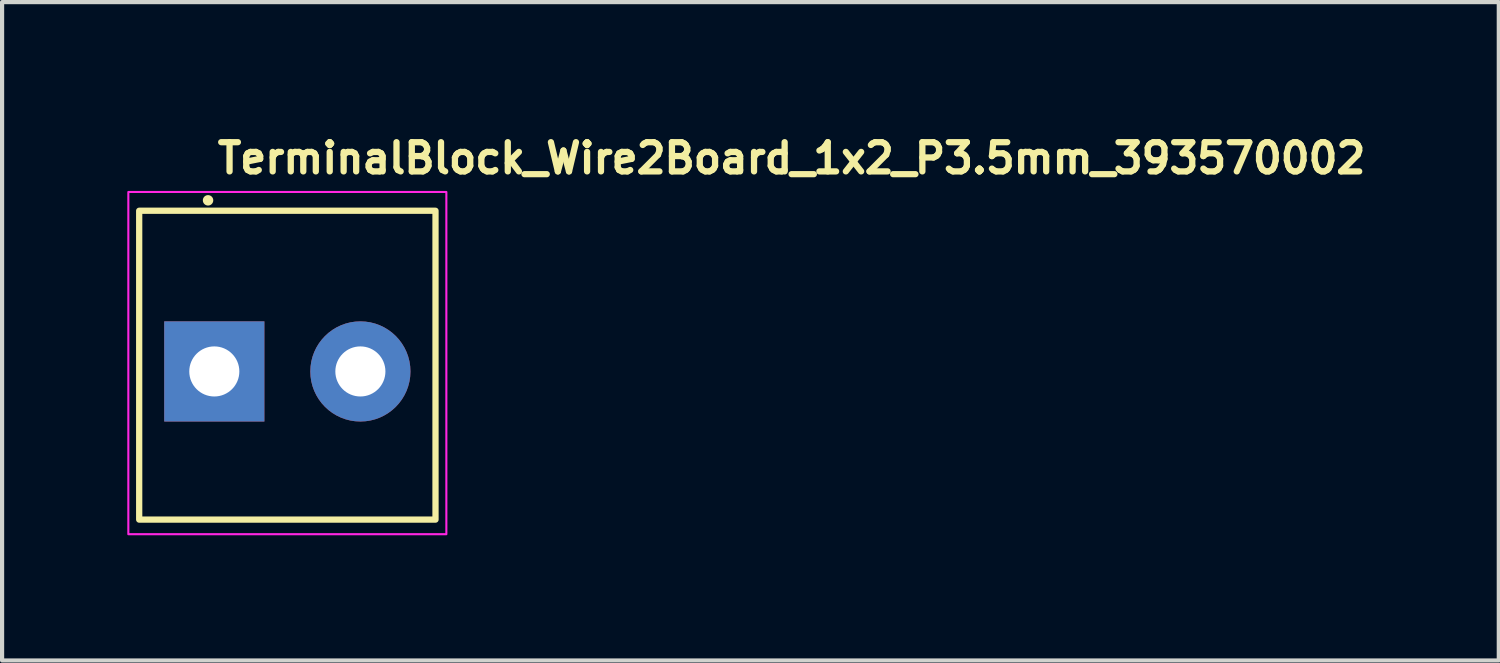
<source format=kicad_pcb>
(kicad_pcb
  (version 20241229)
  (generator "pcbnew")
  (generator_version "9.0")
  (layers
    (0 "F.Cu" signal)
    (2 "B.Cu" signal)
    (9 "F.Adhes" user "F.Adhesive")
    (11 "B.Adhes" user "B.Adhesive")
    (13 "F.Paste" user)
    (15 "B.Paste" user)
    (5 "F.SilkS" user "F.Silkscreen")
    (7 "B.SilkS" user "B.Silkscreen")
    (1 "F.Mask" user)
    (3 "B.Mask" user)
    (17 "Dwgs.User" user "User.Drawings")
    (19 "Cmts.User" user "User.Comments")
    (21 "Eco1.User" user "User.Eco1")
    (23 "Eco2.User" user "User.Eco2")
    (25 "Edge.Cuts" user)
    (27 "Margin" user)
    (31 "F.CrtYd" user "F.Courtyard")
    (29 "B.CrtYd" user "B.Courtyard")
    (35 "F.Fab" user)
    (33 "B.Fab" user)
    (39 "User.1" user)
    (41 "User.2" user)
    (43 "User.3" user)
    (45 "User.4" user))
  (footprint "TerminalBlock_Wire2Board_1x2_P3.5mm_393570002"
    (layer "F.Cu")
    (at 3.835 5.85)
    (property "Reference" "TerminalBlock_Wire2Board_1x2_P3.5mm_393570002" (at -1.75 -4.7 0) (unlocked yes) (layer "F.SilkS") (effects (font (size 0.7 0.7) (thickness 0.15)) (justify left bottom)))
    (attr smd)
    (fp_rect (start -3.55 -3.85) (end 3.55 3.55) (stroke (width 0.15) (type solid)) (fill no) (layer "F.SilkS"))
    (fp_circle (center -1.9 -4.1) (end -1.85 -4.1) (stroke (width 0.15) (type solid)) (fill yes) (layer "F.SilkS"))
    (fp_rect (start -3.81 -4.3) (end 3.81 3.9) (stroke (width 0.05) (type solid)) (fill no) (layer "F.CrtYd"))
    (fp_rect (start -3.556 -3.645) (end 3.556 3.645) (stroke (width 0.1) (type solid)) (fill no) (layer "User.5"))
    (fp_line (start -3.556 -3.645) (end -3.556 -3.391) (stroke (width 0.02) (type solid)) (layer "User.9"))
    (fp_line (start -3.556 -3.645) (end 3.556 -3.645) (stroke (width 0.02) (type solid)) (layer "User.9"))
    (fp_line (start -3.556 -3.391) (end -3.556 -2.2) (stroke (width 0.02) (type solid)) (layer "User.9"))
    (fp_line (start -3.556 -3.391) (end 3.556 -3.391) (stroke (width 0.02) (type solid)) (layer "User.9"))
    (fp_line (start -3.556 -2.2) (end -3.556 2.2) (stroke (width 0.02) (type solid)) (layer "User.9"))
    (fp_line (start -3.556 -2.2) (end 3.556 -2.2) (stroke (width 0.02) (type solid)) (layer "User.9"))
    (fp_line (start -3.556 2.2) (end -3.556 2.604) (stroke (width 0.02) (type solid)) (layer "User.9"))
    (fp_line (start -3.556 2.2) (end 3.556 2.2) (stroke (width 0.02) (type solid)) (layer "User.9"))
    (fp_line (start -3.556 2.604) (end -3.556 3.645) (stroke (width 0.02) (type solid)) (layer "User.9"))
    (fp_line (start -3.556 2.604) (end 3.556 2.604) (stroke (width 0.02) (type solid)) (layer "User.9"))
    (fp_line (start -3.556 3.645) (end 3.556 3.645) (stroke (width 0.02) (type solid)) (layer "User.9"))
    (fp_line (start -3.404 0) (end -3.4 -0.113) (stroke (width 0.02) (type solid)) (layer "User.9"))
    (fp_line (start -3.4 -0.113) (end -3.388 -0.225) (stroke (width 0.02) (type solid)) (layer "User.9"))
    (fp_line (start -3.4 0.113) (end -3.404 0) (stroke (width 0.02) (type solid)) (layer "User.9"))
    (fp_line (start -3.388 -0.225) (end -3.369 -0.336) (stroke (width 0.02) (type solid)) (layer "User.9"))
    (fp_line (start -3.388 0.225) (end -3.4 0.113) (stroke (width 0.02) (type solid)) (layer "User.9"))
    (fp_line (start -3.369 -0.336) (end -3.342 -0.445) (stroke (width 0.02) (type solid)) (layer "User.9"))
    (fp_line (start -3.369 0.336) (end -3.388 0.225) (stroke (width 0.02) (type solid)) (layer "User.9"))
    (fp_line (start -3.342 -0.445) (end -3.308 -0.553) (stroke (width 0.02) (type solid)) (layer "User.9"))
    (fp_line (start -3.342 0.445) (end -3.369 0.336) (stroke (width 0.02) (type solid)) (layer "User.9"))
    (fp_line (start -3.308 -0.553) (end -3.267 -0.658) (stroke (width 0.02) (type solid)) (layer "User.9"))
    (fp_line (start -3.308 0.553) (end -3.342 0.445) (stroke (width 0.02) (type solid)) (layer "User.9"))
    (fp_line (start -3.267 -0.658) (end -3.218 -0.76) (stroke (width 0.02) (type solid)) (layer "User.9"))
    (fp_line (start -3.267 0.658) (end -3.308 0.553) (stroke (width 0.02) (type solid)) (layer "User.9"))
    (fp_line (start -3.218 -0.76) (end -3.163 -0.858) (stroke (width 0.02) (type solid)) (layer "User.9"))
    (fp_line (start -3.218 0.76) (end -3.267 0.658) (stroke (width 0.02) (type solid)) (layer "User.9"))
    (fp_line (start -3.163 -0.858) (end -3.101 -0.952) (stroke (width 0.02) (type solid)) (layer "User.9"))
    (fp_line (start -3.163 0.858) (end -3.218 0.76) (stroke (width 0.02) (type solid)) (layer "User.9"))
    (fp_line (start -3.101 -0.952) (end -3.033 -1.042) (stroke (width 0.02) (type solid)) (layer "User.9"))
    (fp_line (start -3.101 0.952) (end -3.163 0.858) (stroke (width 0.02) (type solid)) (layer "User.9"))
    (fp_line (start -3.033 -1.042) (end -2.959 -1.127) (stroke (width 0.02) (type solid)) (layer "User.9"))
    (fp_line (start -3.033 1.042) (end -3.101 0.952) (stroke (width 0.02) (type solid)) (layer "User.9"))
    (fp_line (start -3.023 0) (end -3.02 0.085) (stroke (width 0.02) (type solid)) (layer "User.9"))
    (fp_line (start -3.023 0) (end -3.019 -0.1) (stroke (width 0.02) (type solid)) (layer "User.9"))
    (fp_line (start -3.02 -0.085) (end -3.023 0) (stroke (width 0.02) (type solid)) (layer "User.9"))
    (fp_line (start -3.02 0.085) (end -3.011 0.17) (stroke (width 0.02) (type solid)) (layer "User.9"))
    (fp_line (start -3.019 -0.1) (end -3.007 -0.199) (stroke (width 0.02) (type solid)) (layer "User.9"))
    (fp_line (start -3.019 0.1) (end -3.023 0) (stroke (width 0.02) (type solid)) (layer "User.9"))
    (fp_line (start -3.011 -0.17) (end -3.02 -0.085) (stroke (width 0.02) (type solid)) (layer "User.9"))
    (fp_line (start -3.011 0.17) (end -2.997 0.254) (stroke (width 0.02) (type solid)) (layer "User.9"))
    (fp_line (start -3.007 -0.199) (end -2.988 -0.296) (stroke (width 0.02) (type solid)) (layer "User.9"))
    (fp_line (start -3.007 0.199) (end -3.019 0.1) (stroke (width 0.02) (type solid)) (layer "User.9"))
    (fp_line (start -2.997 -0.254) (end -3.011 -0.17) (stroke (width 0.02) (type solid)) (layer "User.9"))
    (fp_line (start -2.997 0.254) (end -2.973 0.35) (stroke (width 0.02) (type solid)) (layer "User.9"))
    (fp_line (start -2.997 0.254) (end -0.508 0.254) (stroke (width 0.02) (type solid)) (layer "User.9"))
    (fp_line (start -2.988 -0.296) (end -2.96 -0.392) (stroke (width 0.02) (type solid)) (layer "User.9"))
    (fp_line (start -2.988 0.296) (end -3.007 0.199) (stroke (width 0.02) (type solid)) (layer "User.9"))
    (fp_line (start -2.973 -0.35) (end -2.997 -0.254) (stroke (width 0.02) (type solid)) (layer "User.9"))
    (fp_line (start -2.973 0.35) (end -2.942 0.445) (stroke (width 0.02) (type solid)) (layer "User.9"))
    (fp_line (start -2.96 -0.392) (end -2.926 -0.486) (stroke (width 0.02) (type solid)) (layer "User.9"))
    (fp_line (start -2.96 0.392) (end -2.988 0.296) (stroke (width 0.02) (type solid)) (layer "User.9"))
    (fp_line (start -2.959 -1.127) (end -2.879 -1.207) (stroke (width 0.02) (type solid)) (layer "User.9"))
    (fp_line (start -2.959 1.127) (end -3.033 1.042) (stroke (width 0.02) (type solid)) (layer "User.9"))
    (fp_line (start -2.942 -0.445) (end -2.973 -0.35) (stroke (width 0.02) (type solid)) (layer "User.9"))
    (fp_line (start -2.942 0.445) (end -2.904 0.536) (stroke (width 0.02) (type solid)) (layer "User.9"))
    (fp_line (start -2.926 -0.486) (end -2.884 -0.577) (stroke (width 0.02) (type solid)) (layer "User.9"))
    (fp_line (start -2.926 0.486) (end -2.96 0.392) (stroke (width 0.02) (type solid)) (layer "User.9"))
    (fp_line (start -2.904 -0.536) (end -2.942 -0.445) (stroke (width 0.02) (type solid)) (layer "User.9"))
    (fp_line (start -2.904 0.536) (end -2.858 0.625) (stroke (width 0.02) (type solid)) (layer "User.9"))
    (fp_line (start -2.884 -0.577) (end -2.835 -0.664) (stroke (width 0.02) (type solid)) (layer "User.9"))
    (fp_line (start -2.884 0.577) (end -2.926 0.486) (stroke (width 0.02) (type solid)) (layer "User.9"))
    (fp_line (start -2.879 -1.207) (end -2.795 -1.281) (stroke (width 0.02) (type solid)) (layer "User.9"))
    (fp_line (start -2.879 1.207) (end -2.959 1.127) (stroke (width 0.02) (type solid)) (layer "User.9"))
    (fp_line (start -2.858 -0.625) (end -2.904 -0.536) (stroke (width 0.02) (type solid)) (layer "User.9"))
    (fp_line (start -2.858 0.625) (end -2.806 0.709) (stroke (width 0.02) (type solid)) (layer "User.9"))
    (fp_line (start -2.835 -0.664) (end -2.78 -0.746) (stroke (width 0.02) (type solid)) (layer "User.9"))
    (fp_line (start -2.835 0.664) (end -2.884 0.577) (stroke (width 0.02) (type solid)) (layer "User.9"))
    (fp_line (start -2.806 -0.709) (end -2.858 -0.625) (stroke (width 0.02) (type solid)) (layer "User.9"))
    (fp_line (start -2.806 0.709) (end -2.747 0.79) (stroke (width 0.02) (type solid)) (layer "User.9"))
    (fp_line (start -2.795 -1.281) (end -2.705 -1.349) (stroke (width 0.02) (type solid)) (layer "User.9"))
    (fp_line (start -2.795 1.281) (end -2.879 1.207) (stroke (width 0.02) (type solid)) (layer "User.9"))
    (fp_line (start -2.78 -0.746) (end -2.718 -0.825) (stroke (width 0.02) (type solid)) (layer "User.9"))
    (fp_line (start -2.78 0.746) (end -2.835 0.664) (stroke (width 0.02) (type solid)) (layer "User.9"))
    (fp_line (start -2.747 -0.79) (end -2.806 -0.709) (stroke (width 0.02) (type solid)) (layer "User.9"))
    (fp_line (start -2.747 0.79) (end -2.683 0.865) (stroke (width 0.02) (type solid)) (layer "User.9"))
    (fp_line (start -2.718 -0.825) (end -2.651 -0.898) (stroke (width 0.02) (type solid)) (layer "User.9"))
    (fp_line (start -2.718 0.825) (end -2.78 0.746) (stroke (width 0.02) (type solid)) (layer "User.9"))
    (fp_line (start -2.705 -1.349) (end -2.61 -1.411) (stroke (width 0.02) (type solid)) (layer "User.9"))
    (fp_line (start -2.705 1.349) (end -2.795 1.281) (stroke (width 0.02) (type solid)) (layer "User.9"))
    (fp_line (start -2.683 -0.865) (end -2.747 -0.79) (stroke (width 0.02) (type solid)) (layer "User.9"))
    (fp_line (start -2.683 0.865) (end -2.612 0.935) (stroke (width 0.02) (type solid)) (layer "User.9"))
    (fp_line (start -2.651 -0.898) (end -2.577 -0.966) (stroke (width 0.02) (type solid)) (layer "User.9"))
    (fp_line (start -2.651 0.898) (end -2.718 0.825) (stroke (width 0.02) (type solid)) (layer "User.9"))
    (fp_line (start -2.612 -0.935) (end -2.683 -0.865) (stroke (width 0.02) (type solid)) (layer "User.9"))
    (fp_line (start -2.612 0.935) (end -2.536 0.999) (stroke (width 0.02) (type solid)) (layer "User.9"))
    (fp_line (start -2.61 -1.411) (end -2.512 -1.466) (stroke (width 0.02) (type solid)) (layer "User.9"))
    (fp_line (start -2.61 1.411) (end -2.705 1.349) (stroke (width 0.02) (type solid)) (layer "User.9"))
    (fp_line (start -2.577 -0.966) (end -2.499 -1.027) (stroke (width 0.02) (type solid)) (layer "User.9"))
    (fp_line (start -2.577 0.966) (end -2.651 0.898) (stroke (width 0.02) (type solid)) (layer "User.9"))
    (fp_line (start -2.536 -0.999) (end -2.612 -0.935) (stroke (width 0.02) (type solid)) (layer "User.9"))
    (fp_line (start -2.536 0.999) (end -2.456 1.057) (stroke (width 0.02) (type solid)) (layer "User.9"))
    (fp_line (start -2.512 -1.466) (end -2.41 -1.514) (stroke (width 0.02) (type solid)) (layer "User.9"))
    (fp_line (start -2.512 1.466) (end -2.61 1.411) (stroke (width 0.02) (type solid)) (layer "User.9"))
    (fp_line (start -2.499 -1.027) (end -2.416 -1.083) (stroke (width 0.02) (type solid)) (layer "User.9"))
    (fp_line (start -2.499 1.027) (end -2.577 0.966) (stroke (width 0.02) (type solid)) (layer "User.9"))
    (fp_line (start -2.456 -1.057) (end -2.536 -0.999) (stroke (width 0.02) (type solid)) (layer "User.9"))
    (fp_line (start -2.456 1.057) (end -2.371 1.109) (stroke (width 0.02) (type solid)) (layer "User.9"))
    (fp_line (start -2.416 -1.083) (end -2.329 -1.132) (stroke (width 0.02) (type solid)) (layer "User.9"))
    (fp_line (start -2.416 1.083) (end -2.499 1.027) (stroke (width 0.02) (type solid)) (layer "User.9"))
    (fp_line (start -2.41 -1.514) (end -2.305 -1.556) (stroke (width 0.02) (type solid)) (layer "User.9"))
    (fp_line (start -2.41 1.514) (end -2.512 1.466) (stroke (width 0.02) (type solid)) (layer "User.9"))
    (fp_line (start -2.371 -1.109) (end -2.456 -1.057) (stroke (width 0.02) (type solid)) (layer "User.9"))
    (fp_line (start -2.371 1.109) (end -2.282 1.154) (stroke (width 0.02) (type solid)) (layer "User.9"))
    (fp_line (start -2.329 -1.132) (end -2.239 -1.173) (stroke (width 0.02) (type solid)) (layer "User.9"))
    (fp_line (start -2.329 1.132) (end -2.416 1.083) (stroke (width 0.02) (type solid)) (layer "User.9"))
    (fp_line (start -2.305 -1.556) (end -2.198 -1.59) (stroke (width 0.02) (type solid)) (layer "User.9"))
    (fp_line (start -2.305 1.556) (end -2.41 1.514) (stroke (width 0.02) (type solid)) (layer "User.9"))
    (fp_line (start -2.282 -1.154) (end -2.371 -1.109) (stroke (width 0.02) (type solid)) (layer "User.9"))
    (fp_line (start -2.282 1.154) (end -2.191 1.192) (stroke (width 0.02) (type solid)) (layer "User.9"))
    (fp_line (start -2.239 -1.173) (end -2.145 -1.208) (stroke (width 0.02) (type solid)) (layer "User.9"))
    (fp_line (start -2.239 1.173) (end -2.329 1.132) (stroke (width 0.02) (type solid)) (layer "User.9"))
    (fp_line (start -2.198 -1.59) (end -2.089 -1.616) (stroke (width 0.02) (type solid)) (layer "User.9"))
    (fp_line (start -2.198 1.59) (end -2.305 1.556) (stroke (width 0.02) (type solid)) (layer "User.9"))
    (fp_line (start -2.191 -1.192) (end -2.282 -1.154) (stroke (width 0.02) (type solid)) (layer "User.9"))
    (fp_line (start -2.191 1.192) (end -2.096 1.223) (stroke (width 0.02) (type solid)) (layer "User.9"))
    (fp_line (start -2.145 -1.208) (end -2.049 -1.235) (stroke (width 0.02) (type solid)) (layer "User.9"))
    (fp_line (start -2.145 1.208) (end -2.239 1.173) (stroke (width 0.02) (type solid)) (layer "User.9"))
    (fp_line (start -2.096 -1.223) (end -2.191 -1.192) (stroke (width 0.02) (type solid)) (layer "User.9"))
    (fp_line (start -2.096 1.223) (end -1.999 1.246) (stroke (width 0.02) (type solid)) (layer "User.9"))
    (fp_line (start -2.089 -1.616) (end -1.977 -1.636) (stroke (width 0.02) (type solid)) (layer "User.9"))
    (fp_line (start -2.089 1.616) (end -2.198 1.59) (stroke (width 0.02) (type solid)) (layer "User.9"))
    (fp_line (start -2.049 -1.235) (end -1.951 -1.254) (stroke (width 0.02) (type solid)) (layer "User.9"))
    (fp_line (start -2.049 1.235) (end -2.145 1.208) (stroke (width 0.02) (type solid)) (layer "User.9"))
    (fp_line (start -1.999 -1.246) (end -2.096 -1.223) (stroke (width 0.02) (type solid)) (layer "User.9"))
    (fp_line (start -1.999 1.246) (end -1.901 1.261) (stroke (width 0.02) (type solid)) (layer "User.9"))
    (fp_line (start -1.977 -1.636) (end -1.865 -1.647) (stroke (width 0.02) (type solid)) (layer "User.9"))
    (fp_line (start -1.977 1.636) (end -2.089 1.616) (stroke (width 0.02) (type solid)) (layer "User.9"))
    (fp_line (start -1.951 -1.254) (end -1.852 -1.266) (stroke (width 0.02) (type solid)) (layer "User.9"))
    (fp_line (start -1.951 1.254) (end -2.049 1.235) (stroke (width 0.02) (type solid)) (layer "User.9"))
    (fp_line (start -1.901 -1.261) (end -1.999 -1.246) (stroke (width 0.02) (type solid)) (layer "User.9"))
    (fp_line (start -1.901 1.261) (end -1.802 1.269) (stroke (width 0.02) (type solid)) (layer "User.9"))
    (fp_line (start -1.865 -1.647) (end -1.753 -1.651) (stroke (width 0.02) (type solid)) (layer "User.9"))
    (fp_line (start -1.865 1.647) (end -1.977 1.636) (stroke (width 0.02) (type solid)) (layer "User.9"))
    (fp_line (start -1.852 -1.266) (end -1.753 -1.27) (stroke (width 0.02) (type solid)) (layer "User.9"))
    (fp_line (start -1.852 1.266) (end -1.951 1.254) (stroke (width 0.02) (type solid)) (layer "User.9"))
    (fp_line (start -1.802 -1.269) (end -1.901 -1.261) (stroke (width 0.02) (type solid)) (layer "User.9"))
    (fp_line (start -1.802 1.269) (end -1.703 1.269) (stroke (width 0.02) (type solid)) (layer "User.9"))
    (fp_line (start -1.753 -1.651) (end -1.64 -1.647) (stroke (width 0.02) (type solid)) (layer "User.9"))
    (fp_line (start -1.753 -1.27) (end -1.653 -1.266) (stroke (width 0.02) (type solid)) (layer "User.9"))
    (fp_line (start -1.753 1.27) (end -1.852 1.266) (stroke (width 0.02) (type solid)) (layer "User.9"))
    (fp_line (start -1.753 1.651) (end -1.865 1.647) (stroke (width 0.02) (type solid)) (layer "User.9"))
    (fp_line (start -1.703 -1.269) (end -1.802 -1.269) (stroke (width 0.02) (type solid)) (layer "User.9"))
    (fp_line (start -1.703 1.269) (end -1.604 1.261) (stroke (width 0.02) (type solid)) (layer "User.9"))
    (fp_line (start -1.653 -1.266) (end -1.554 -1.254) (stroke (width 0.02) (type solid)) (layer "User.9"))
    (fp_line (start -1.653 1.266) (end -1.753 1.27) (stroke (width 0.02) (type solid)) (layer "User.9"))
    (fp_line (start -1.64 -1.647) (end -1.528 -1.636) (stroke (width 0.02) (type solid)) (layer "User.9"))
    (fp_line (start -1.64 1.647) (end -1.753 1.651) (stroke (width 0.02) (type solid)) (layer "User.9"))
    (fp_line (start -1.604 -1.261) (end -1.703 -1.269) (stroke (width 0.02) (type solid)) (layer "User.9"))
    (fp_line (start -1.604 1.261) (end -1.506 1.246) (stroke (width 0.02) (type solid)) (layer "User.9"))
    (fp_line (start -1.554 -1.254) (end -1.456 -1.235) (stroke (width 0.02) (type solid)) (layer "User.9"))
    (fp_line (start -1.554 1.254) (end -1.653 1.266) (stroke (width 0.02) (type solid)) (layer "User.9"))
    (fp_line (start -1.528 -1.636) (end -1.417 -1.616) (stroke (width 0.02) (type solid)) (layer "User.9"))
    (fp_line (start -1.528 1.636) (end -1.64 1.647) (stroke (width 0.02) (type solid)) (layer "User.9"))
    (fp_line (start -1.506 -1.246) (end -1.604 -1.261) (stroke (width 0.02) (type solid)) (layer "User.9"))
    (fp_line (start -1.506 1.246) (end -1.409 1.223) (stroke (width 0.02) (type solid)) (layer "User.9"))
    (fp_line (start -1.456 -1.235) (end -1.36 -1.208) (stroke (width 0.02) (type solid)) (layer "User.9"))
    (fp_line (start -1.456 1.235) (end -1.554 1.254) (stroke (width 0.02) (type solid)) (layer "User.9"))
    (fp_line (start -1.417 -1.616) (end -1.307 -1.59) (stroke (width 0.02) (type solid)) (layer "User.9"))
    (fp_line (start -1.417 1.616) (end -1.528 1.636) (stroke (width 0.02) (type solid)) (layer "User.9"))
    (fp_line (start -1.409 -1.223) (end -1.506 -1.246) (stroke (width 0.02) (type solid)) (layer "User.9"))
    (fp_line (start -1.409 1.223) (end -1.315 1.192) (stroke (width 0.02) (type solid)) (layer "User.9"))
    (fp_line (start -1.36 -1.208) (end -1.267 -1.173) (stroke (width 0.02) (type solid)) (layer "User.9"))
    (fp_line (start -1.36 1.208) (end -1.456 1.235) (stroke (width 0.02) (type solid)) (layer "User.9"))
    (fp_line (start -1.315 -1.192) (end -1.409 -1.223) (stroke (width 0.02) (type solid)) (layer "User.9"))
    (fp_line (start -1.315 1.192) (end -1.223 1.154) (stroke (width 0.02) (type solid)) (layer "User.9"))
    (fp_line (start -1.307 -1.59) (end -1.2 -1.556) (stroke (width 0.02) (type solid)) (layer "User.9"))
    (fp_line (start -1.307 1.59) (end -1.417 1.616) (stroke (width 0.02) (type solid)) (layer "User.9"))
    (fp_line (start -1.267 -1.173) (end -1.176 -1.132) (stroke (width 0.02) (type solid)) (layer "User.9"))
    (fp_line (start -1.267 1.173) (end -1.36 1.208) (stroke (width 0.02) (type solid)) (layer "User.9"))
    (fp_line (start -1.223 -1.154) (end -1.315 -1.192) (stroke (width 0.02) (type solid)) (layer "User.9"))
    (fp_line (start -1.223 1.154) (end -1.134 1.109) (stroke (width 0.02) (type solid)) (layer "User.9"))
    (fp_line (start -1.2 -1.556) (end -1.095 -1.514) (stroke (width 0.02) (type solid)) (layer "User.9"))
    (fp_line (start -1.2 1.556) (end -1.307 1.59) (stroke (width 0.02) (type solid)) (layer "User.9"))
    (fp_line (start -1.176 -1.132) (end -1.089 -1.083) (stroke (width 0.02) (type solid)) (layer "User.9"))
    (fp_line (start -1.176 1.132) (end -1.267 1.173) (stroke (width 0.02) (type solid)) (layer "User.9"))
    (fp_line (start -1.134 -1.109) (end -1.223 -1.154) (stroke (width 0.02) (type solid)) (layer "User.9"))
    (fp_line (start -1.134 1.109) (end -1.049 1.057) (stroke (width 0.02) (type solid)) (layer "User.9"))
    (fp_line (start -1.095 -1.514) (end -0.993 -1.466) (stroke (width 0.02) (type solid)) (layer "User.9"))
    (fp_line (start -1.095 1.514) (end -1.2 1.556) (stroke (width 0.02) (type solid)) (layer "User.9"))
    (fp_line (start -1.089 -1.083) (end -1.006 -1.027) (stroke (width 0.02) (type solid)) (layer "User.9"))
    (fp_line (start -1.089 1.083) (end -1.176 1.132) (stroke (width 0.02) (type solid)) (layer "User.9"))
    (fp_line (start -1.049 -1.057) (end -1.134 -1.109) (stroke (width 0.02) (type solid)) (layer "User.9"))
    (fp_line (start -1.049 1.057) (end -0.969 0.999) (stroke (width 0.02) (type solid)) (layer "User.9"))
    (fp_line (start -1.006 -1.027) (end -0.928 -0.966) (stroke (width 0.02) (type solid)) (layer "User.9"))
    (fp_line (start -1.006 1.027) (end -1.089 1.083) (stroke (width 0.02) (type solid)) (layer "User.9"))
    (fp_line (start -0.993 -1.466) (end -0.895 -1.411) (stroke (width 0.02) (type solid)) (layer "User.9"))
    (fp_line (start -0.993 1.466) (end -1.095 1.514) (stroke (width 0.02) (type solid)) (layer "User.9"))
    (fp_line (start -0.969 -0.999) (end -1.049 -1.057) (stroke (width 0.02) (type solid)) (layer "User.9"))
    (fp_line (start -0.969 0.999) (end -0.893 0.935) (stroke (width 0.02) (type solid)) (layer "User.9"))
    (fp_line (start -0.928 -0.966) (end -0.855 -0.898) (stroke (width 0.02) (type solid)) (layer "User.9"))
    (fp_line (start -0.928 0.966) (end -1.006 1.027) (stroke (width 0.02) (type solid)) (layer "User.9"))
    (fp_line (start -0.895 -1.411) (end -0.801 -1.349) (stroke (width 0.02) (type solid)) (layer "User.9"))
    (fp_line (start -0.895 1.411) (end -0.993 1.466) (stroke (width 0.02) (type solid)) (layer "User.9"))
    (fp_line (start -0.893 -0.935) (end -0.969 -0.999) (stroke (width 0.02) (type solid)) (layer "User.9"))
    (fp_line (start -0.893 0.935) (end -0.823 0.865) (stroke (width 0.02) (type solid)) (layer "User.9"))
    (fp_line (start -0.855 -0.898) (end -0.787 -0.825) (stroke (width 0.02) (type solid)) (layer "User.9"))
    (fp_line (start -0.855 0.898) (end -0.928 0.966) (stroke (width 0.02) (type solid)) (layer "User.9"))
    (fp_line (start -0.823 -0.865) (end -0.893 -0.935) (stroke (width 0.02) (type solid)) (layer "User.9"))
    (fp_line (start -0.823 0.865) (end -0.758 0.79) (stroke (width 0.02) (type solid)) (layer "User.9"))
    (fp_line (start -0.801 -1.349) (end -0.711 -1.281) (stroke (width 0.02) (type solid)) (layer "User.9"))
    (fp_line (start -0.801 1.349) (end -0.895 1.411) (stroke (width 0.02) (type solid)) (layer "User.9"))
    (fp_line (start -0.787 -0.825) (end -0.725 -0.746) (stroke (width 0.02) (type solid)) (layer "User.9"))
    (fp_line (start -0.787 0.825) (end -0.855 0.898) (stroke (width 0.02) (type solid)) (layer "User.9"))
    (fp_line (start -0.758 -0.79) (end -0.823 -0.865) (stroke (width 0.02) (type solid)) (layer "User.9"))
    (fp_line (start -0.758 0.79) (end -0.699 0.709) (stroke (width 0.02) (type solid)) (layer "User.9"))
    (fp_line (start -0.725 -0.746) (end -0.67 -0.664) (stroke (width 0.02) (type solid)) (layer "User.9"))
    (fp_line (start -0.725 0.746) (end -0.787 0.825) (stroke (width 0.02) (type solid)) (layer "User.9"))
    (fp_line (start -0.711 -1.281) (end -0.626 -1.207) (stroke (width 0.02) (type solid)) (layer "User.9"))
    (fp_line (start -0.711 1.281) (end -0.801 1.349) (stroke (width 0.02) (type solid)) (layer "User.9"))
    (fp_line (start -0.699 -0.709) (end -0.758 -0.79) (stroke (width 0.02) (type solid)) (layer "User.9"))
    (fp_line (start -0.699 0.709) (end -0.647 0.625) (stroke (width 0.02) (type solid)) (layer "User.9"))
    (fp_line (start -0.67 -0.664) (end -0.621 -0.577) (stroke (width 0.02) (type solid)) (layer "User.9"))
    (fp_line (start -0.67 0.664) (end -0.725 0.746) (stroke (width 0.02) (type solid)) (layer "User.9"))
    (fp_line (start -0.647 -0.625) (end -0.699 -0.709) (stroke (width 0.02) (type solid)) (layer "User.9"))
    (fp_line (start -0.647 0.625) (end -0.601 0.536) (stroke (width 0.02) (type solid)) (layer "User.9"))
    (fp_line (start -0.626 -1.207) (end -0.546 -1.127) (stroke (width 0.02) (type solid)) (layer "User.9"))
    (fp_line (start -0.626 1.207) (end -0.711 1.281) (stroke (width 0.02) (type solid)) (layer "User.9"))
    (fp_line (start -0.621 -0.577) (end -0.579 -0.486) (stroke (width 0.02) (type solid)) (layer "User.9"))
    (fp_line (start -0.621 0.577) (end -0.67 0.664) (stroke (width 0.02) (type solid)) (layer "User.9"))
    (fp_line (start -0.601 -0.536) (end -0.647 -0.625) (stroke (width 0.02) (type solid)) (layer "User.9"))
    (fp_line (start -0.601 0.536) (end -0.563 0.445) (stroke (width 0.02) (type solid)) (layer "User.9"))
    (fp_line (start -0.579 -0.486) (end -0.545 -0.392) (stroke (width 0.02) (type solid)) (layer "User.9"))
    (fp_line (start -0.579 0.486) (end -0.621 0.577) (stroke (width 0.02) (type solid)) (layer "User.9"))
    (fp_line (start -0.563 -0.445) (end -0.601 -0.536) (stroke (width 0.02) (type solid)) (layer "User.9"))
    (fp_line (start -0.563 0.445) (end -0.532 0.35) (stroke (width 0.02) (type solid)) (layer "User.9"))
    (fp_line (start -0.546 -1.127) (end -0.472 -1.042) (stroke (width 0.02) (type solid)) (layer "User.9"))
    (fp_line (start -0.546 1.127) (end -0.626 1.207) (stroke (width 0.02) (type solid)) (layer "User.9"))
    (fp_line (start -0.545 -0.392) (end -0.518 -0.296) (stroke (width 0.02) (type solid)) (layer "User.9"))
    (fp_line (start -0.545 0.392) (end -0.579 0.486) (stroke (width 0.02) (type solid)) (layer "User.9"))
    (fp_line (start -0.532 -0.35) (end -0.563 -0.445) (stroke (width 0.02) (type solid)) (layer "User.9"))
    (fp_line (start -0.532 0.35) (end -0.508 0.254) (stroke (width 0.02) (type solid)) (layer "User.9"))
    (fp_line (start -0.518 -0.296) (end -0.498 -0.199) (stroke (width 0.02) (type solid)) (layer "User.9"))
    (fp_line (start -0.518 0.296) (end -0.545 0.392) (stroke (width 0.02) (type solid)) (layer "User.9"))
    (fp_line (start -0.508 -0.254) (end -2.997 -0.254) (stroke (width 0.02) (type solid)) (layer "User.9"))
    (fp_line (start -0.508 -0.254) (end -0.532 -0.35) (stroke (width 0.02) (type solid)) (layer "User.9"))
    (fp_line (start -0.508 0.254) (end -0.494 0.17) (stroke (width 0.02) (type solid)) (layer "User.9"))
    (fp_line (start -0.498 -0.199) (end -0.487 -0.1) (stroke (width 0.02) (type solid)) (layer "User.9"))
    (fp_line (start -0.498 0.199) (end -0.518 0.296) (stroke (width 0.02) (type solid)) (layer "User.9"))
    (fp_line (start -0.494 -0.17) (end -0.508 -0.254) (stroke (width 0.02) (type solid)) (layer "User.9"))
    (fp_line (start -0.494 0.17) (end -0.485 0.085) (stroke (width 0.02) (type solid)) (layer "User.9"))
    (fp_line (start -0.487 -0.1) (end -0.483 0) (stroke (width 0.02) (type solid)) (layer "User.9"))
    (fp_line (start -0.487 0.1) (end -0.498 0.199) (stroke (width 0.02) (type solid)) (layer "User.9"))
    (fp_line (start -0.485 -0.085) (end -0.494 -0.17) (stroke (width 0.02) (type solid)) (layer "User.9"))
    (fp_line (start -0.485 0.085) (end -0.483 0) (stroke (width 0.02) (type solid)) (layer "User.9"))
    (fp_line (start -0.483 0) (end -0.487 0.1) (stroke (width 0.02) (type solid)) (layer "User.9"))
    (fp_line (start -0.483 0) (end -0.485 -0.085) (stroke (width 0.02) (type solid)) (layer "User.9"))
    (fp_line (start -0.472 -1.042) (end -0.404 -0.952) (stroke (width 0.02) (type solid)) (layer "User.9"))
    (fp_line (start -0.472 1.042) (end -0.546 1.127) (stroke (width 0.02) (type solid)) (layer "User.9"))
    (fp_line (start -0.404 -0.952) (end -0.342 -0.858) (stroke (width 0.02) (type solid)) (layer "User.9"))
    (fp_line (start -0.404 0.952) (end -0.472 1.042) (stroke (width 0.02) (type solid)) (layer "User.9"))
    (fp_line (start -0.342 -0.858) (end -0.287 -0.76) (stroke (width 0.02) (type solid)) (layer "User.9"))
    (fp_line (start -0.342 0.858) (end -0.404 0.952) (stroke (width 0.02) (type solid)) (layer "User.9"))
    (fp_line (start -0.287 -0.76) (end -0.238 -0.658) (stroke (width 0.02) (type solid)) (layer "User.9"))
    (fp_line (start -0.287 0.76) (end -0.342 0.858) (stroke (width 0.02) (type solid)) (layer "User.9"))
    (fp_line (start -0.238 -0.658) (end -0.197 -0.553) (stroke (width 0.02) (type solid)) (layer "User.9"))
    (fp_line (start -0.238 0.658) (end -0.287 0.76) (stroke (width 0.02) (type solid)) (layer "User.9"))
    (fp_line (start -0.197 -0.553) (end -0.163 -0.445) (stroke (width 0.02) (type solid)) (layer "User.9"))
    (fp_line (start -0.197 0.553) (end -0.238 0.658) (stroke (width 0.02) (type solid)) (layer "User.9"))
    (fp_line (start -0.163 -0.445) (end -0.136 -0.336) (stroke (width 0.02) (type solid)) (layer "User.9"))
    (fp_line (start -0.163 0.445) (end -0.197 0.553) (stroke (width 0.02) (type solid)) (layer "User.9"))
    (fp_line (start -0.136 -0.336) (end -0.117 -0.225) (stroke (width 0.02) (type solid)) (layer "User.9"))
    (fp_line (start -0.136 0.336) (end -0.163 0.445) (stroke (width 0.02) (type solid)) (layer "User.9"))
    (fp_line (start -0.117 -0.225) (end -0.105 -0.113) (stroke (width 0.02) (type solid)) (layer "User.9"))
    (fp_line (start -0.117 0.225) (end -0.136 0.336) (stroke (width 0.02) (type solid)) (layer "User.9"))
    (fp_line (start -0.105 -0.113) (end -0.102 0) (stroke (width 0.02) (type solid)) (layer "User.9"))
    (fp_line (start -0.105 0.113) (end -0.117 0.225) (stroke (width 0.02) (type solid)) (layer "User.9"))
    (fp_line (start -0.102 0) (end -0.105 0.113) (stroke (width 0.02) (type solid)) (layer "User.9"))
    (fp_line (start 0.102 0) (end 0.105 -0.113) (stroke (width 0.02) (type solid)) (layer "User.9"))
    (fp_line (start 0.105 -0.113) (end 0.117 -0.225) (stroke (width 0.02) (type solid)) (layer "User.9"))
    (fp_line (start 0.105 0.113) (end 0.102 0) (stroke (width 0.02) (type solid)) (layer "User.9"))
    (fp_line (start 0.117 -0.225) (end 0.136 -0.336) (stroke (width 0.02) (type solid)) (layer "User.9"))
    (fp_line (start 0.117 0.225) (end 0.105 0.113) (stroke (width 0.02) (type solid)) (layer "User.9"))
    (fp_line (start 0.136 -0.336) (end 0.163 -0.445) (stroke (width 0.02) (type solid)) (layer "User.9"))
    (fp_line (start 0.136 0.336) (end 0.117 0.225) (stroke (width 0.02) (type solid)) (layer "User.9"))
    (fp_line (start 0.163 -0.445) (end 0.197 -0.553) (stroke (width 0.02) (type solid)) (layer "User.9"))
    (fp_line (start 0.163 0.445) (end 0.136 0.336) (stroke (width 0.02) (type solid)) (layer "User.9"))
    (fp_line (start 0.197 -0.553) (end 0.238 -0.658) (stroke (width 0.02) (type solid)) (layer "User.9"))
    (fp_line (start 0.197 0.553) (end 0.163 0.445) (stroke (width 0.02) (type solid)) (layer "User.9"))
    (fp_line (start 0.238 -0.658) (end 0.287 -0.76) (stroke (width 0.02) (type solid)) (layer "User.9"))
    (fp_line (start 0.238 0.658) (end 0.197 0.553) (stroke (width 0.02) (type solid)) (layer "User.9"))
    (fp_line (start 0.287 -0.76) (end 0.342 -0.858) (stroke (width 0.02) (type solid)) (layer "User.9"))
    (fp_line (start 0.287 0.76) (end 0.238 0.658) (stroke (width 0.02) (type solid)) (layer "User.9"))
    (fp_line (start 0.342 -0.858) (end 0.404 -0.952) (stroke (width 0.02) (type solid)) (layer "User.9"))
    (fp_line (start 0.342 0.858) (end 0.287 0.76) (stroke (width 0.02) (type solid)) (layer "User.9"))
    (fp_line (start 0.404 -0.952) (end 0.472 -1.042) (stroke (width 0.02) (type solid)) (layer "User.9"))
    (fp_line (start 0.404 0.952) (end 0.342 0.858) (stroke (width 0.02) (type solid)) (layer "User.9"))
    (fp_line (start 0.472 -1.042) (end 0.546 -1.127) (stroke (width 0.02) (type solid)) (layer "User.9"))
    (fp_line (start 0.472 1.042) (end 0.404 0.952) (stroke (width 0.02) (type solid)) (layer "User.9"))
    (fp_line (start 0.483 0) (end 0.485 0.085) (stroke (width 0.02) (type solid)) (layer "User.9"))
    (fp_line (start 0.483 0) (end 0.487 -0.1) (stroke (width 0.02) (type solid)) (layer "User.9"))
    (fp_line (start 0.485 -0.085) (end 0.483 0) (stroke (width 0.02) (type solid)) (layer "User.9"))
    (fp_line (start 0.485 0.085) (end 0.494 0.17) (stroke (width 0.02) (type solid)) (layer "User.9"))
    (fp_line (start 0.487 -0.1) (end 0.498 -0.199) (stroke (width 0.02) (type solid)) (layer "User.9"))
    (fp_line (start 0.487 0.1) (end 0.483 0) (stroke (width 0.02) (type solid)) (layer "User.9"))
    (fp_line (start 0.494 -0.17) (end 0.485 -0.085) (stroke (width 0.02) (type solid)) (layer "User.9"))
    (fp_line (start 0.494 0.17) (end 0.508 0.254) (stroke (width 0.02) (type solid)) (layer "User.9"))
    (fp_line (start 0.498 -0.199) (end 0.518 -0.296) (stroke (width 0.02) (type solid)) (layer "User.9"))
    (fp_line (start 0.498 0.199) (end 0.487 0.1) (stroke (width 0.02) (type solid)) (layer "User.9"))
    (fp_line (start 0.508 -0.254) (end 0.494 -0.17) (stroke (width 0.02) (type solid)) (layer "User.9"))
    (fp_line (start 0.508 0.254) (end 0.532 0.35) (stroke (width 0.02) (type solid)) (layer "User.9"))
    (fp_line (start 0.508 0.254) (end 2.997 0.254) (stroke (width 0.02) (type solid)) (layer "User.9"))
    (fp_line (start 0.518 -0.296) (end 0.545 -0.392) (stroke (width 0.02) (type solid)) (layer "User.9"))
    (fp_line (start 0.518 0.296) (end 0.498 0.199) (stroke (width 0.02) (type solid)) (layer "User.9"))
    (fp_line (start 0.532 -0.35) (end 0.508 -0.254) (stroke (width 0.02) (type solid)) (layer "User.9"))
    (fp_line (start 0.532 0.35) (end 0.563 0.445) (stroke (width 0.02) (type solid)) (layer "User.9"))
    (fp_line (start 0.545 -0.392) (end 0.579 -0.486) (stroke (width 0.02) (type solid)) (layer "User.9"))
    (fp_line (start 0.545 0.392) (end 0.518 0.296) (stroke (width 0.02) (type solid)) (layer "User.9"))
    (fp_line (start 0.546 -1.127) (end 0.626 -1.207) (stroke (width 0.02) (type solid)) (layer "User.9"))
    (fp_line (start 0.546 1.127) (end 0.472 1.042) (stroke (width 0.02) (type solid)) (layer "User.9"))
    (fp_line (start 0.563 -0.445) (end 0.532 -0.35) (stroke (width 0.02) (type solid)) (layer "User.9"))
    (fp_line (start 0.563 0.445) (end 0.601 0.536) (stroke (width 0.02) (type solid)) (layer "User.9"))
    (fp_line (start 0.579 -0.486) (end 0.621 -0.577) (stroke (width 0.02) (type solid)) (layer "User.9"))
    (fp_line (start 0.579 0.486) (end 0.545 0.392) (stroke (width 0.02) (type solid)) (layer "User.9"))
    (fp_line (start 0.601 -0.536) (end 0.563 -0.445) (stroke (width 0.02) (type solid)) (layer "User.9"))
    (fp_line (start 0.601 0.536) (end 0.647 0.625) (stroke (width 0.02) (type solid)) (layer "User.9"))
    (fp_line (start 0.621 -0.577) (end 0.67 -0.664) (stroke (width 0.02) (type solid)) (layer "User.9"))
    (fp_line (start 0.621 0.577) (end 0.579 0.486) (stroke (width 0.02) (type solid)) (layer "User.9"))
    (fp_line (start 0.626 -1.207) (end 0.711 -1.281) (stroke (width 0.02) (type solid)) (layer "User.9"))
    (fp_line (start 0.626 1.207) (end 0.546 1.127) (stroke (width 0.02) (type solid)) (layer "User.9"))
    (fp_line (start 0.647 -0.625) (end 0.601 -0.536) (stroke (width 0.02) (type solid)) (layer "User.9"))
    (fp_line (start 0.647 0.625) (end 0.699 0.709) (stroke (width 0.02) (type solid)) (layer "User.9"))
    (fp_line (start 0.67 -0.664) (end 0.725 -0.746) (stroke (width 0.02) (type solid)) (layer "User.9"))
    (fp_line (start 0.67 0.664) (end 0.621 0.577) (stroke (width 0.02) (type solid)) (layer "User.9"))
    (fp_line (start 0.699 -0.709) (end 0.647 -0.625) (stroke (width 0.02) (type solid)) (layer "User.9"))
    (fp_line (start 0.699 0.709) (end 0.758 0.79) (stroke (width 0.02) (type solid)) (layer "User.9"))
    (fp_line (start 0.711 -1.281) (end 0.801 -1.349) (stroke (width 0.02) (type solid)) (layer "User.9"))
    (fp_line (start 0.711 1.281) (end 0.626 1.207) (stroke (width 0.02) (type solid)) (layer "User.9"))
    (fp_line (start 0.725 -0.746) (end 0.787 -0.825) (stroke (width 0.02) (type solid)) (layer "User.9"))
    (fp_line (start 0.725 0.746) (end 0.67 0.664) (stroke (width 0.02) (type solid)) (layer "User.9"))
    (fp_line (start 0.758 -0.79) (end 0.699 -0.709) (stroke (width 0.02) (type solid)) (layer "User.9"))
    (fp_line (start 0.758 0.79) (end 0.823 0.865) (stroke (width 0.02) (type solid)) (layer "User.9"))
    (fp_line (start 0.787 -0.825) (end 0.855 -0.898) (stroke (width 0.02) (type solid)) (layer "User.9"))
    (fp_line (start 0.787 0.825) (end 0.725 0.746) (stroke (width 0.02) (type solid)) (layer "User.9"))
    (fp_line (start 0.801 -1.349) (end 0.895 -1.411) (stroke (width 0.02) (type solid)) (layer "User.9"))
    (fp_line (start 0.801 1.349) (end 0.711 1.281) (stroke (width 0.02) (type solid)) (layer "User.9"))
    (fp_line (start 0.823 -0.865) (end 0.758 -0.79) (stroke (width 0.02) (type solid)) (layer "User.9"))
    (fp_line (start 0.823 0.865) (end 0.893 0.935) (stroke (width 0.02) (type solid)) (layer "User.9"))
    (fp_line (start 0.855 -0.898) (end 0.928 -0.966) (stroke (width 0.02) (type solid)) (layer "User.9"))
    (fp_line (start 0.855 0.898) (end 0.787 0.825) (stroke (width 0.02) (type solid)) (layer "User.9"))
    (fp_line (start 0.893 -0.935) (end 0.823 -0.865) (stroke (width 0.02) (type solid)) (layer "User.9"))
    (fp_line (start 0.893 0.935) (end 0.969 0.999) (stroke (width 0.02) (type solid)) (layer "User.9"))
    (fp_line (start 0.895 -1.411) (end 0.993 -1.466) (stroke (width 0.02) (type solid)) (layer "User.9"))
    (fp_line (start 0.895 1.411) (end 0.801 1.349) (stroke (width 0.02) (type solid)) (layer "User.9"))
    (fp_line (start 0.928 -0.966) (end 1.006 -1.027) (stroke (width 0.02) (type solid)) (layer "User.9"))
    (fp_line (start 0.928 0.966) (end 0.855 0.898) (stroke (width 0.02) (type solid)) (layer "User.9"))
    (fp_line (start 0.969 -0.999) (end 0.893 -0.935) (stroke (width 0.02) (type solid)) (layer "User.9"))
    (fp_line (start 0.969 0.999) (end 1.049 1.057) (stroke (width 0.02) (type solid)) (layer "User.9"))
    (fp_line (start 0.993 -1.466) (end 1.095 -1.514) (stroke (width 0.02) (type solid)) (layer "User.9"))
    (fp_line (start 0.993 1.466) (end 0.895 1.411) (stroke (width 0.02) (type solid)) (layer "User.9"))
    (fp_line (start 1.006 -1.027) (end 1.089 -1.083) (stroke (width 0.02) (type solid)) (layer "User.9"))
    (fp_line (start 1.006 1.027) (end 0.928 0.966) (stroke (width 0.02) (type solid)) (layer "User.9"))
    (fp_line (start 1.049 -1.057) (end 0.969 -0.999) (stroke (width 0.02) (type solid)) (layer "User.9"))
    (fp_line (start 1.049 1.057) (end 1.134 1.109) (stroke (width 0.02) (type solid)) (layer "User.9"))
    (fp_line (start 1.089 -1.083) (end 1.176 -1.132) (stroke (width 0.02) (type solid)) (layer "User.9"))
    (fp_line (start 1.089 1.083) (end 1.006 1.027) (stroke (width 0.02) (type solid)) (layer "User.9"))
    (fp_line (start 1.095 -1.514) (end 1.2 -1.556) (stroke (width 0.02) (type solid)) (layer "User.9"))
    (fp_line (start 1.095 1.514) (end 0.993 1.466) (stroke (width 0.02) (type solid)) (layer "User.9"))
    (fp_line (start 1.134 -1.109) (end 1.049 -1.057) (stroke (width 0.02) (type solid)) (layer "User.9"))
    (fp_line (start 1.134 1.109) (end 1.223 1.154) (stroke (width 0.02) (type solid)) (layer "User.9"))
    (fp_line (start 1.176 -1.132) (end 1.267 -1.173) (stroke (width 0.02) (type solid)) (layer "User.9"))
    (fp_line (start 1.176 1.132) (end 1.089 1.083) (stroke (width 0.02) (type solid)) (layer "User.9"))
    (fp_line (start 1.2 -1.556) (end 1.307 -1.59) (stroke (width 0.02) (type solid)) (layer "User.9"))
    (fp_line (start 1.2 1.556) (end 1.095 1.514) (stroke (width 0.02) (type solid)) (layer "User.9"))
    (fp_line (start 1.223 -1.154) (end 1.134 -1.109) (stroke (width 0.02) (type solid)) (layer "User.9"))
    (fp_line (start 1.223 1.154) (end 1.315 1.192) (stroke (width 0.02) (type solid)) (layer "User.9"))
    (fp_line (start 1.267 -1.173) (end 1.36 -1.208) (stroke (width 0.02) (type solid)) (layer "User.9"))
    (fp_line (start 1.267 1.173) (end 1.176 1.132) (stroke (width 0.02) (type solid)) (layer "User.9"))
    (fp_line (start 1.307 -1.59) (end 1.417 -1.616) (stroke (width 0.02) (type solid)) (layer "User.9"))
    (fp_line (start 1.307 1.59) (end 1.2 1.556) (stroke (width 0.02) (type solid)) (layer "User.9"))
    (fp_line (start 1.315 -1.192) (end 1.223 -1.154) (stroke (width 0.02) (type solid)) (layer "User.9"))
    (fp_line (start 1.315 1.192) (end 1.409 1.223) (stroke (width 0.02) (type solid)) (layer "User.9"))
    (fp_line (start 1.36 -1.208) (end 1.456 -1.235) (stroke (width 0.02) (type solid)) (layer "User.9"))
    (fp_line (start 1.36 1.208) (end 1.267 1.173) (stroke (width 0.02) (type solid)) (layer "User.9"))
    (fp_line (start 1.409 -1.223) (end 1.315 -1.192) (stroke (width 0.02) (type solid)) (layer "User.9"))
    (fp_line (start 1.409 1.223) (end 1.506 1.246) (stroke (width 0.02) (type solid)) (layer "User.9"))
    (fp_line (start 1.417 -1.616) (end 1.528 -1.636) (stroke (width 0.02) (type solid)) (layer "User.9"))
    (fp_line (start 1.417 1.616) (end 1.307 1.59) (stroke (width 0.02) (type solid)) (layer "User.9"))
    (fp_line (start 1.456 -1.235) (end 1.554 -1.254) (stroke (width 0.02) (type solid)) (layer "User.9"))
    (fp_line (start 1.456 1.235) (end 1.36 1.208) (stroke (width 0.02) (type solid)) (layer "User.9"))
    (fp_line (start 1.506 -1.246) (end 1.409 -1.223) (stroke (width 0.02) (type solid)) (layer "User.9"))
    (fp_line (start 1.506 1.246) (end 1.604 1.261) (stroke (width 0.02) (type solid)) (layer "User.9"))
    (fp_line (start 1.528 -1.636) (end 1.64 -1.647) (stroke (width 0.02) (type solid)) (layer "User.9"))
    (fp_line (start 1.528 1.636) (end 1.417 1.616) (stroke (width 0.02) (type solid)) (layer "User.9"))
    (fp_line (start 1.554 -1.254) (end 1.653 -1.266) (stroke (width 0.02) (type solid)) (layer "User.9"))
    (fp_line (start 1.554 1.254) (end 1.456 1.235) (stroke (width 0.02) (type solid)) (layer "User.9"))
    (fp_line (start 1.604 -1.261) (end 1.506 -1.246) (stroke (width 0.02) (type solid)) (layer "User.9"))
    (fp_line (start 1.604 1.261) (end 1.703 1.269) (stroke (width 0.02) (type solid)) (layer "User.9"))
    (fp_line (start 1.64 -1.647) (end 1.753 -1.651) (stroke (width 0.02) (type solid)) (layer "User.9"))
    (fp_line (start 1.64 1.647) (end 1.528 1.636) (stroke (width 0.02) (type solid)) (layer "User.9"))
    (fp_line (start 1.653 -1.266) (end 1.753 -1.27) (stroke (width 0.02) (type solid)) (layer "User.9"))
    (fp_line (start 1.653 1.266) (end 1.554 1.254) (stroke (width 0.02) (type solid)) (layer "User.9"))
    (fp_line (start 1.703 -1.269) (end 1.604 -1.261) (stroke (width 0.02) (type solid)) (layer "User.9"))
    (fp_line (start 1.703 1.269) (end 1.802 1.269) (stroke (width 0.02) (type solid)) (layer "User.9"))
    (fp_line (start 1.753 -1.651) (end 1.865 -1.647) (stroke (width 0.02) (type solid)) (layer "User.9"))
    (fp_line (start 1.753 -1.27) (end 1.852 -1.266) (stroke (width 0.02) (type solid)) (layer "User.9"))
    (fp_line (start 1.753 1.27) (end 1.653 1.266) (stroke (width 0.02) (type solid)) (layer "User.9"))
    (fp_line (start 1.753 1.651) (end 1.64 1.647) (stroke (width 0.02) (type solid)) (layer "User.9"))
    (fp_line (start 1.802 -1.269) (end 1.703 -1.269) (stroke (width 0.02) (type solid)) (layer "User.9"))
    (fp_line (start 1.802 1.269) (end 1.901 1.261) (stroke (width 0.02) (type solid)) (layer "User.9"))
    (fp_line (start 1.852 -1.266) (end 1.951 -1.254) (stroke (width 0.02) (type solid)) (layer "User.9"))
    (fp_line (start 1.852 1.266) (end 1.753 1.27) (stroke (width 0.02) (type solid)) (layer "User.9"))
    (fp_line (start 1.865 -1.647) (end 1.977 -1.636) (stroke (width 0.02) (type solid)) (layer "User.9"))
    (fp_line (start 1.865 1.647) (end 1.753 1.651) (stroke (width 0.02) (type solid)) (layer "User.9"))
    (fp_line (start 1.901 -1.261) (end 1.802 -1.269) (stroke (width 0.02) (type solid)) (layer "User.9"))
    (fp_line (start 1.901 1.261) (end 1.999 1.246) (stroke (width 0.02) (type solid)) (layer "User.9"))
    (fp_line (start 1.951 -1.254) (end 2.049 -1.235) (stroke (width 0.02) (type solid)) (layer "User.9"))
    (fp_line (start 1.951 1.254) (end 1.852 1.266) (stroke (width 0.02) (type solid)) (layer "User.9"))
    (fp_line (start 1.977 -1.636) (end 2.089 -1.616) (stroke (width 0.02) (type solid)) (layer "User.9"))
    (fp_line (start 1.977 1.636) (end 1.865 1.647) (stroke (width 0.02) (type solid)) (layer "User.9"))
    (fp_line (start 1.999 -1.246) (end 1.901 -1.261) (stroke (width 0.02) (type solid)) (layer "User.9"))
    (fp_line (start 1.999 1.246) (end 2.096 1.223) (stroke (width 0.02) (type solid)) (layer "User.9"))
    (fp_line (start 2.049 -1.235) (end 2.145 -1.208) (stroke (width 0.02) (type solid)) (layer "User.9"))
    (fp_line (start 2.049 1.235) (end 1.951 1.254) (stroke (width 0.02) (type solid)) (layer "User.9"))
    (fp_line (start 2.089 -1.616) (end 2.198 -1.59) (stroke (width 0.02) (type solid)) (layer "User.9"))
    (fp_line (start 2.089 1.616) (end 1.977 1.636) (stroke (width 0.02) (type solid)) (layer "User.9"))
    (fp_line (start 2.096 -1.223) (end 1.999 -1.246) (stroke (width 0.02) (type solid)) (layer "User.9"))
    (fp_line (start 2.096 1.223) (end 2.191 1.192) (stroke (width 0.02) (type solid)) (layer "User.9"))
    (fp_line (start 2.145 -1.208) (end 2.239 -1.173) (stroke (width 0.02) (type solid)) (layer "User.9"))
    (fp_line (start 2.145 1.208) (end 2.049 1.235) (stroke (width 0.02) (type solid)) (layer "User.9"))
    (fp_line (start 2.191 -1.192) (end 2.096 -1.223) (stroke (width 0.02) (type solid)) (layer "User.9"))
    (fp_line (start 2.191 1.192) (end 2.282 1.154) (stroke (width 0.02) (type solid)) (layer "User.9"))
    (fp_line (start 2.198 -1.59) (end 2.305 -1.556) (stroke (width 0.02) (type solid)) (layer "User.9"))
    (fp_line (start 2.198 1.59) (end 2.089 1.616) (stroke (width 0.02) (type solid)) (layer "User.9"))
    (fp_line (start 2.239 -1.173) (end 2.329 -1.132) (stroke (width 0.02) (type solid)) (layer "User.9"))
    (fp_line (start 2.239 1.173) (end 2.145 1.208) (stroke (width 0.02) (type solid)) (layer "User.9"))
    (fp_line (start 2.282 -1.154) (end 2.191 -1.192) (stroke (width 0.02) (type solid)) (layer "User.9"))
    (fp_line (start 2.282 1.154) (end 2.371 1.109) (stroke (width 0.02) (type solid)) (layer "User.9"))
    (fp_line (start 2.305 -1.556) (end 2.41 -1.514) (stroke (width 0.02) (type solid)) (layer "User.9"))
    (fp_line (start 2.305 1.556) (end 2.198 1.59) (stroke (width 0.02) (type solid)) (layer "User.9"))
    (fp_line (start 2.329 -1.132) (end 2.416 -1.083) (stroke (width 0.02) (type solid)) (layer "User.9"))
    (fp_line (start 2.329 1.132) (end 2.239 1.173) (stroke (width 0.02) (type solid)) (layer "User.9"))
    (fp_line (start 2.371 -1.109) (end 2.282 -1.154) (stroke (width 0.02) (type solid)) (layer "User.9"))
    (fp_line (start 2.371 1.109) (end 2.456 1.057) (stroke (width 0.02) (type solid)) (layer "User.9"))
    (fp_line (start 2.41 -1.514) (end 2.512 -1.466) (stroke (width 0.02) (type solid)) (layer "User.9"))
    (fp_line (start 2.41 1.514) (end 2.305 1.556) (stroke (width 0.02) (type solid)) (layer "User.9"))
    (fp_line (start 2.416 -1.083) (end 2.499 -1.027) (stroke (width 0.02) (type solid)) (layer "User.9"))
    (fp_line (start 2.416 1.083) (end 2.329 1.132) (stroke (width 0.02) (type solid)) (layer "User.9"))
    (fp_line (start 2.456 -1.057) (end 2.371 -1.109) (stroke (width 0.02) (type solid)) (layer "User.9"))
    (fp_line (start 2.456 1.057) (end 2.536 0.999) (stroke (width 0.02) (type solid)) (layer "User.9"))
    (fp_line (start 2.499 -1.027) (end 2.577 -0.966) (stroke (width 0.02) (type solid)) (layer "User.9"))
    (fp_line (start 2.499 1.027) (end 2.416 1.083) (stroke (width 0.02) (type solid)) (layer "User.9"))
    (fp_line (start 2.512 -1.466) (end 2.61 -1.411) (stroke (width 0.02) (type solid)) (layer "User.9"))
    (fp_line (start 2.512 1.466) (end 2.41 1.514) (stroke (width 0.02) (type solid)) (layer "User.9"))
    (fp_line (start 2.536 -0.999) (end 2.456 -1.057) (stroke (width 0.02) (type solid)) (layer "User.9"))
    (fp_line (start 2.536 0.999) (end 2.612 0.935) (stroke (width 0.02) (type solid)) (layer "User.9"))
    (fp_line (start 2.577 -0.966) (end 2.651 -0.898) (stroke (width 0.02) (type solid)) (layer "User.9"))
    (fp_line (start 2.577 0.966) (end 2.499 1.027) (stroke (width 0.02) (type solid)) (layer "User.9"))
    (fp_line (start 2.61 -1.411) (end 2.705 -1.349) (stroke (width 0.02) (type solid)) (layer "User.9"))
    (fp_line (start 2.61 1.411) (end 2.512 1.466) (stroke (width 0.02) (type solid)) (layer "User.9"))
    (fp_line (start 2.612 -0.935) (end 2.536 -0.999) (stroke (width 0.02) (type solid)) (layer "User.9"))
    (fp_line (start 2.612 0.935) (end 2.683 0.865) (stroke (width 0.02) (type solid)) (layer "User.9"))
    (fp_line (start 2.651 -0.898) (end 2.718 -0.825) (stroke (width 0.02) (type solid)) (layer "User.9"))
    (fp_line (start 2.651 0.898) (end 2.577 0.966) (stroke (width 0.02) (type solid)) (layer "User.9"))
    (fp_line (start 2.683 -0.865) (end 2.612 -0.935) (stroke (width 0.02) (type solid)) (layer "User.9"))
    (fp_line (start 2.683 0.865) (end 2.747 0.79) (stroke (width 0.02) (type solid)) (layer "User.9"))
    (fp_line (start 2.705 -1.349) (end 2.795 -1.281) (stroke (width 0.02) (type solid)) (layer "User.9"))
    (fp_line (start 2.705 1.349) (end 2.61 1.411) (stroke (width 0.02) (type solid)) (layer "User.9"))
    (fp_line (start 2.718 -0.825) (end 2.78 -0.746) (stroke (width 0.02) (type solid)) (layer "User.9"))
    (fp_line (start 2.718 0.825) (end 2.651 0.898) (stroke (width 0.02) (type solid)) (layer "User.9"))
    (fp_line (start 2.747 -0.79) (end 2.683 -0.865) (stroke (width 0.02) (type solid)) (layer "User.9"))
    (fp_line (start 2.747 0.79) (end 2.806 0.709) (stroke (width 0.02) (type solid)) (layer "User.9"))
    (fp_line (start 2.78 -0.746) (end 2.835 -0.664) (stroke (width 0.02) (type solid)) (layer "User.9"))
    (fp_line (start 2.78 0.746) (end 2.718 0.825) (stroke (width 0.02) (type solid)) (layer "User.9"))
    (fp_line (start 2.795 -1.281) (end 2.879 -1.207) (stroke (width 0.02) (type solid)) (layer "User.9"))
    (fp_line (start 2.795 1.281) (end 2.705 1.349) (stroke (width 0.02) (type solid)) (layer "User.9"))
    (fp_line (start 2.806 -0.709) (end 2.747 -0.79) (stroke (width 0.02) (type solid)) (layer "User.9"))
    (fp_line (start 2.806 0.709) (end 2.858 0.625) (stroke (width 0.02) (type solid)) (layer "User.9"))
    (fp_line (start 2.835 -0.664) (end 2.884 -0.577) (stroke (width 0.02) (type solid)) (layer "User.9"))
    (fp_line (start 2.835 0.664) (end 2.78 0.746) (stroke (width 0.02) (type solid)) (layer "User.9"))
    (fp_line (start 2.858 -0.625) (end 2.806 -0.709) (stroke (width 0.02) (type solid)) (layer "User.9"))
    (fp_line (start 2.858 0.625) (end 2.904 0.536) (stroke (width 0.02) (type solid)) (layer "User.9"))
    (fp_line (start 2.879 -1.207) (end 2.959 -1.127) (stroke (width 0.02) (type solid)) (layer "User.9"))
    (fp_line (start 2.879 1.207) (end 2.795 1.281) (stroke (width 0.02) (type solid)) (layer "User.9"))
    (fp_line (start 2.884 -0.577) (end 2.926 -0.486) (stroke (width 0.02) (type solid)) (layer "User.9"))
    (fp_line (start 2.884 0.577) (end 2.835 0.664) (stroke (width 0.02) (type solid)) (layer "User.9"))
    (fp_line (start 2.904 -0.536) (end 2.858 -0.625) (stroke (width 0.02) (type solid)) (layer "User.9"))
    (fp_line (start 2.904 0.536) (end 2.942 0.445) (stroke (width 0.02) (type solid)) (layer "User.9"))
    (fp_line (start 2.926 -0.486) (end 2.96 -0.392) (stroke (width 0.02) (type solid)) (layer "User.9"))
    (fp_line (start 2.926 0.486) (end 2.884 0.577) (stroke (width 0.02) (type solid)) (layer "User.9"))
    (fp_line (start 2.942 -0.445) (end 2.904 -0.536) (stroke (width 0.02) (type solid)) (layer "User.9"))
    (fp_line (start 2.942 0.445) (end 2.973 0.35) (stroke (width 0.02) (type solid)) (layer "User.9"))
    (fp_line (start 2.959 -1.127) (end 3.033 -1.042) (stroke (width 0.02) (type solid)) (layer "User.9"))
    (fp_line (start 2.959 1.127) (end 2.879 1.207) (stroke (width 0.02) (type solid)) (layer "User.9"))
    (fp_line (start 2.96 -0.392) (end 2.988 -0.296) (stroke (width 0.02) (type solid)) (layer "User.9"))
    (fp_line (start 2.96 0.392) (end 2.926 0.486) (stroke (width 0.02) (type solid)) (layer "User.9"))
    (fp_line (start 2.973 -0.35) (end 2.942 -0.445) (stroke (width 0.02) (type solid)) (layer "User.9"))
    (fp_line (start 2.973 0.35) (end 2.997 0.254) (stroke (width 0.02) (type solid)) (layer "User.9"))
    (fp_line (start 2.988 -0.296) (end 3.007 -0.199) (stroke (width 0.02) (type solid)) (layer "User.9"))
    (fp_line (start 2.988 0.296) (end 2.96 0.392) (stroke (width 0.02) (type solid)) (layer "User.9"))
    (fp_line (start 2.997 -0.254) (end 0.508 -0.254) (stroke (width 0.02) (type solid)) (layer "User.9"))
    (fp_line (start 2.997 -0.254) (end 2.973 -0.35) (stroke (width 0.02) (type solid)) (layer "User.9"))
    (fp_line (start 2.997 0.254) (end 3.011 0.17) (stroke (width 0.02) (type solid)) (layer "User.9"))
    (fp_line (start 3.007 -0.199) (end 3.019 -0.1) (stroke (width 0.02) (type solid)) (layer "User.9"))
    (fp_line (start 3.007 0.199) (end 2.988 0.296) (stroke (width 0.02) (type solid)) (layer "User.9"))
    (fp_line (start 3.011 -0.17) (end 2.997 -0.254) (stroke (width 0.02) (type solid)) (layer "User.9"))
    (fp_line (start 3.011 0.17) (end 3.02 0.085) (stroke (width 0.02) (type solid)) (layer "User.9"))
    (fp_line (start 3.019 -0.1) (end 3.023 0) (stroke (width 0.02) (type solid)) (layer "User.9"))
    (fp_line (start 3.019 0.1) (end 3.007 0.199) (stroke (width 0.02) (type solid)) (layer "User.9"))
    (fp_line (start 3.02 -0.085) (end 3.011 -0.17) (stroke (width 0.02) (type solid)) (layer "User.9"))
    (fp_line (start 3.02 0.085) (end 3.023 0) (stroke (width 0.02) (type solid)) (layer "User.9"))
    (fp_line (start 3.023 0) (end 3.019 0.1) (stroke (width 0.02) (type solid)) (layer "User.9"))
    (fp_line (start 3.023 0) (end 3.02 -0.085) (stroke (width 0.02) (type solid)) (layer "User.9"))
    (fp_line (start 3.033 -1.042) (end 3.101 -0.952) (stroke (width 0.02) (type solid)) (layer "User.9"))
    (fp_line (start 3.033 1.042) (end 2.959 1.127) (stroke (width 0.02) (type solid)) (layer "User.9"))
    (fp_line (start 3.101 -0.952) (end 3.163 -0.858) (stroke (width 0.02) (type solid)) (layer "User.9"))
    (fp_line (start 3.101 0.952) (end 3.033 1.042) (stroke (width 0.02) (type solid)) (layer "User.9"))
    (fp_line (start 3.163 -0.858) (end 3.218 -0.76) (stroke (width 0.02) (type solid)) (layer "User.9"))
    (fp_line (start 3.163 0.858) (end 3.101 0.952) (stroke (width 0.02) (type solid)) (layer "User.9"))
    (fp_line (start 3.218 -0.76) (end 3.267 -0.658) (stroke (width 0.02) (type solid)) (layer "User.9"))
    (fp_line (start 3.218 0.76) (end 3.163 0.858) (stroke (width 0.02) (type solid)) (layer "User.9"))
    (fp_line (start 3.267 -0.658) (end 3.308 -0.553) (stroke (width 0.02) (type solid)) (layer "User.9"))
    (fp_line (start 3.267 0.658) (end 3.218 0.76) (stroke (width 0.02) (type solid)) (layer "User.9"))
    (fp_line (start 3.308 -0.553) (end 3.342 -0.445) (stroke (width 0.02) (type solid)) (layer "User.9"))
    (fp_line (start 3.308 0.553) (end 3.267 0.658) (stroke (width 0.02) (type solid)) (layer "User.9"))
    (fp_line (start 3.342 -0.445) (end 3.369 -0.336) (stroke (width 0.02) (type solid)) (layer "User.9"))
    (fp_line (start 3.342 0.445) (end 3.308 0.553) (stroke (width 0.02) (type solid)) (layer "User.9"))
    (fp_line (start 3.369 -0.336) (end 3.388 -0.225) (stroke (width 0.02) (type solid)) (layer "User.9"))
    (fp_line (start 3.369 0.336) (end 3.342 0.445) (stroke (width 0.02) (type solid)) (layer "User.9"))
    (fp_line (start 3.388 -0.225) (end 3.4 -0.113) (stroke (width 0.02) (type solid)) (layer "User.9"))
    (fp_line (start 3.388 0.225) (end 3.369 0.336) (stroke (width 0.02) (type solid)) (layer "User.9"))
    (fp_line (start 3.4 -0.113) (end 3.404 0) (stroke (width 0.02) (type solid)) (layer "User.9"))
    (fp_line (start 3.4 0.113) (end 3.388 0.225) (stroke (width 0.02) (type solid)) (layer "User.9"))
    (fp_line (start 3.404 0) (end 3.4 0.113) (stroke (width 0.02) (type solid)) (layer "User.9"))
    (fp_line (start 3.556 -3.645) (end 3.556 -3.391) (stroke (width 0.02) (type solid)) (layer "User.9"))
    (fp_line (start 3.556 -3.391) (end 3.556 -2.2) (stroke (width 0.02) (type solid)) (layer "User.9"))
    (fp_line (start 3.556 -2.2) (end 3.556 2.2) (stroke (width 0.02) (type solid)) (layer "User.9"))
    (fp_line (start 3.556 2.2) (end 3.556 2.604) (stroke (width 0.02) (type solid)) (layer "User.9"))
    (fp_line (start 3.556 2.604) (end 3.556 3.645) (stroke (width 0.02) (type solid)) (layer "User.9"))
    (pad "1" thru_hole rect (at -1.75 0) (size 2.4 2.4) (drill 1.2) (layers "*.Cu" "*.Mask"))
    (pad "2" thru_hole circle (at 1.75 0) (size 2.4 2.4) (drill 1.2) (layers "*.Cu" "*.Mask")))
  (gr_rect
    (start -3 -3)
    (end 32.862 12.775)
    (stroke (width 0.1) (type default))
    (fill no)
    (layer "Edge.Cuts")))
</source>
